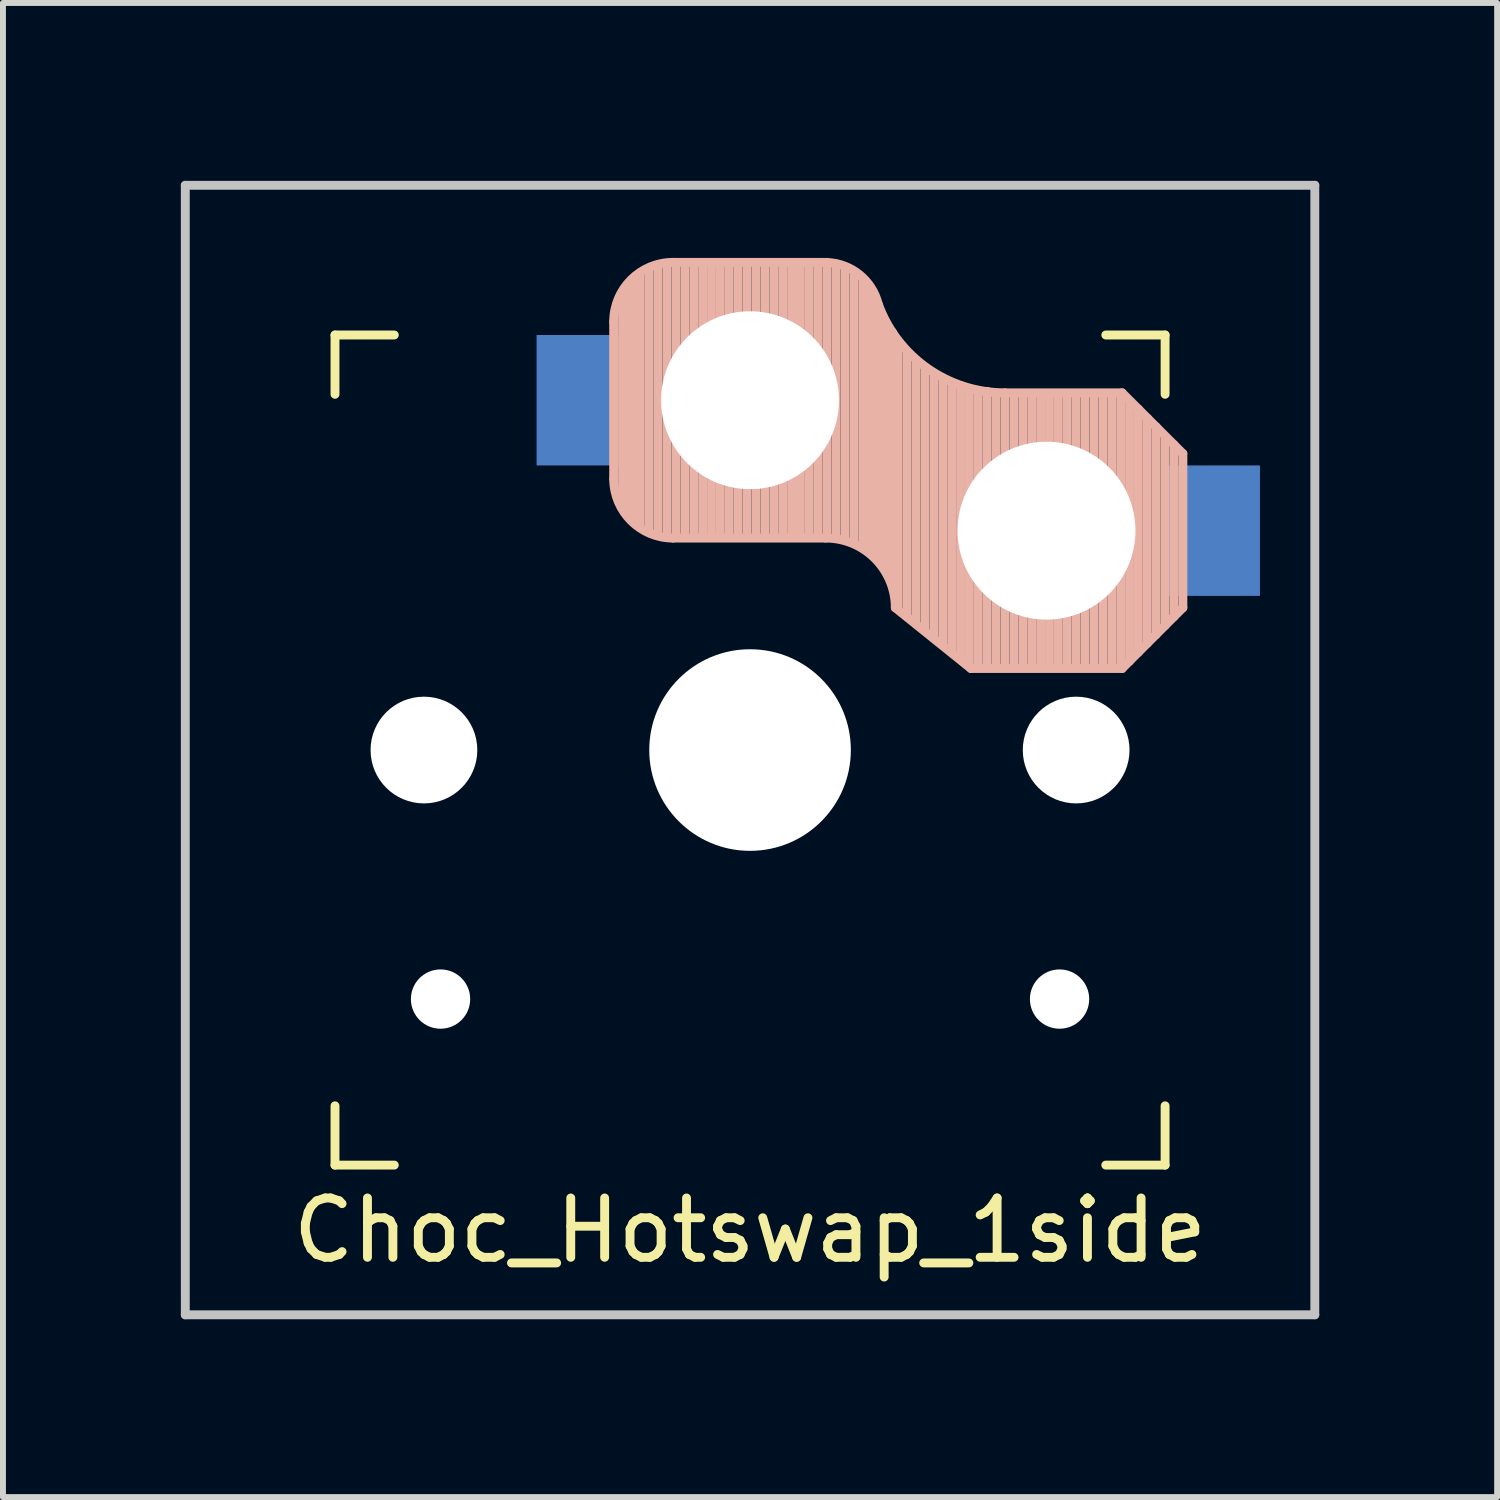
<source format=kicad_pcb>
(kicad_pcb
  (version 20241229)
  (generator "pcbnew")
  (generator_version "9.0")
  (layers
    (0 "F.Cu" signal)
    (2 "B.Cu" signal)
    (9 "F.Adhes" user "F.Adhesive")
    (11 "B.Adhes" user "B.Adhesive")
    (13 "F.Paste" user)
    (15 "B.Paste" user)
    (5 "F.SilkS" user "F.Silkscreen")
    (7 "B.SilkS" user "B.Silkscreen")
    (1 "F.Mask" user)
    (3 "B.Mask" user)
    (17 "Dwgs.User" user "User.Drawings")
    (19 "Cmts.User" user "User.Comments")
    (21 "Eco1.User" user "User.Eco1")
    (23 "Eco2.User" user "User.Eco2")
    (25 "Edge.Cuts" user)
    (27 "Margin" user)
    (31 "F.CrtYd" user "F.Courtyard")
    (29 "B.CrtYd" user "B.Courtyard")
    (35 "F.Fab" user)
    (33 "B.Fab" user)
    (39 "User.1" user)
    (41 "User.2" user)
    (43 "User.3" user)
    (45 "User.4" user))
  (footprint "Choc_Hotswap_1side"
    (layer "F.Cu")
    (at 9.6 9.6)
    (property "Reference" "Choc_Hotswap_1side" (at 0 8.1 180) (layer "F.SilkS") (effects (font (size 1 1) (thickness 0.15))))
    (attr through_hole)
    (fp_line (start -7 -7) (end -7 -6) (stroke (width 0.15) (type solid)) (layer "F.SilkS"))
    (fp_line (start -7 6) (end -7 7) (stroke (width 0.15) (type solid)) (layer "F.SilkS"))
    (fp_line (start -7 7) (end -6 7) (stroke (width 0.15) (type solid)) (layer "F.SilkS"))
    (fp_line (start -6 -7) (end -7 -7) (stroke (width 0.15) (type solid)) (layer "F.SilkS"))
    (fp_line (start 6 -7) (end 7 -7) (stroke (width 0.15) (type solid)) (layer "F.SilkS"))
    (fp_line (start 7 -7) (end 7 -6) (stroke (width 0.15) (type solid)) (layer "F.SilkS"))
    (fp_line (start 7 6) (end 7 7) (stroke (width 0.15) (type solid)) (layer "F.SilkS"))
    (fp_line (start 7 7) (end 6 7) (stroke (width 0.15) (type solid)) (layer "F.SilkS"))
    (fp_line (start -2.3 -4.575) (end -2.3 -7.225) (stroke (width 0.15) (type solid)) (layer "B.SilkS"))
    (fp_line (start -2.15 -7.65) (end -2.15 -4.1) (stroke (width 0.15) (type solid)) (layer "B.SilkS"))
    (fp_line (start -2.05 -7.8) (end -2.05 -4.05) (stroke (width 0.15) (type solid)) (layer "B.SilkS"))
    (fp_line (start -1.95 -7.9) (end -1.95 -3.95) (stroke (width 0.15) (type solid)) (layer "B.SilkS"))
    (fp_line (start -1.85 -8) (end -1.85 -3.8) (stroke (width 0.15) (type solid)) (layer "B.SilkS"))
    (fp_line (start -1.7 -8.1) (end -1.7 -3.7) (stroke (width 0.15) (type solid)) (layer "B.SilkS"))
    (fp_line (start -1.55 -8.15) (end -1.55 -3.65) (stroke (width 0.15) (type solid)) (layer "B.SilkS"))
    (fp_line (start -1.4 -8.2) (end -1.4 -3.65) (stroke (width 0.15) (type solid)) (layer "B.SilkS"))
    (fp_line (start -1.3 -8.225) (end 1.3 -8.225) (stroke (width 0.15) (type solid)) (layer "B.SilkS"))
    (fp_line (start -1.3 -3.575) (end 1.275 -3.575) (stroke (width 0.15) (type solid)) (layer "B.SilkS"))
    (fp_line (start -1.25 -8.2) (end -1.25 -3.6) (stroke (width 0.15) (type solid)) (layer "B.SilkS"))
    (fp_line (start -1.1 -8.2) (end -1.1 -3.6) (stroke (width 0.15) (type solid)) (layer "B.SilkS"))
    (fp_line (start -0.95 -8.2) (end -0.95 -3.6) (stroke (width 0.15) (type solid)) (layer "B.SilkS"))
    (fp_line (start -0.8 -8.2) (end -0.8 -3.6) (stroke (width 0.15) (type solid)) (layer "B.SilkS"))
    (fp_line (start -0.65 -8.2) (end -0.65 -3.6) (stroke (width 0.15) (type solid)) (layer "B.SilkS"))
    (fp_line (start -0.5 -8.2) (end -0.5 -3.6) (stroke (width 0.15) (type solid)) (layer "B.SilkS"))
    (fp_line (start -0.35 -8.2) (end -0.35 -3.6) (stroke (width 0.15) (type solid)) (layer "B.SilkS"))
    (fp_line (start -0.2 -8.2) (end -0.2 -3.6) (stroke (width 0.15) (type solid)) (layer "B.SilkS"))
    (fp_line (start -0.05 -8.2) (end -0.05 -3.6) (stroke (width 0.15) (type solid)) (layer "B.SilkS"))
    (fp_line (start 0.1 -8.2) (end 0.1 -3.6) (stroke (width 0.15) (type solid)) (layer "B.SilkS"))
    (fp_line (start 0.25 -8.2) (end 0.25 -3.6) (stroke (width 0.15) (type solid)) (layer "B.SilkS"))
    (fp_line (start 0.4 -8.2) (end 0.4 -3.6) (stroke (width 0.15) (type solid)) (layer "B.SilkS"))
    (fp_line (start 0.55 -8.2) (end 0.55 -3.6) (stroke (width 0.15) (type solid)) (layer "B.SilkS"))
    (fp_line (start 0.7 -8.2) (end 0.7 -3.6) (stroke (width 0.15) (type solid)) (layer "B.SilkS"))
    (fp_line (start 0.85 -8.2) (end 0.85 -3.6) (stroke (width 0.15) (type solid)) (layer "B.SilkS"))
    (fp_line (start 1 -8.2) (end 1 -3.6) (stroke (width 0.15) (type solid)) (layer "B.SilkS"))
    (fp_line (start 1.15 -8.2) (end 1.15 -3.65) (stroke (width 0.15) (type solid)) (layer "B.SilkS"))
    (fp_line (start 1.3 -8.2) (end 1.3 -3.6) (stroke (width 0.15) (type solid)) (layer "B.SilkS"))
    (fp_line (start 1.45 -8.2) (end 1.45 -3.6) (stroke (width 0.15) (type solid)) (layer "B.SilkS"))
    (fp_line (start 1.6 -8.15) (end 1.6 -3.6) (stroke (width 0.15) (type solid)) (layer "B.SilkS"))
    (fp_line (start 1.75 -8.05) (end 1.75 -3.5) (stroke (width 0.15) (type solid)) (layer "B.SilkS"))
    (fp_line (start 1.9 -7.95) (end 1.9 -3.45) (stroke (width 0.15) (type solid)) (layer "B.SilkS"))
    (fp_line (start 2 -7.8) (end 2 -3.4) (stroke (width 0.15) (type solid)) (layer "B.SilkS"))
    (fp_line (start 2.1 -7.55) (end 2.1 -3.35) (stroke (width 0.15) (type solid)) (layer "B.SilkS"))
    (fp_line (start 2.2 -7.4) (end 2.2 -3.25) (stroke (width 0.15) (type solid)) (layer "B.SilkS"))
    (fp_line (start 2.3 -7.2) (end 2.3 -3.05) (stroke (width 0.15) (type solid)) (layer "B.SilkS"))
    (fp_line (start 2.4 -7.05) (end 2.4 -2.9) (stroke (width 0.15) (type solid)) (layer "B.SilkS"))
    (fp_line (start 2.5 -6.85) (end 2.5 -2.4) (stroke (width 0.15) (type solid)) (layer "B.SilkS"))
    (fp_line (start 2.65 -6.7) (end 2.65 -2.25) (stroke (width 0.15) (type solid)) (layer "B.SilkS"))
    (fp_line (start 2.8 -6.55) (end 2.8 -2.15) (stroke (width 0.15) (type solid)) (layer "B.SilkS"))
    (fp_line (start 2.95 -6.45) (end 2.95 -2.05) (stroke (width 0.15) (type solid)) (layer "B.SilkS"))
    (fp_line (start 3.1 -6.35) (end 3.1 -1.9) (stroke (width 0.15) (type solid)) (layer "B.SilkS"))
    (fp_line (start 3.25 -6.25) (end 3.25 -1.8) (stroke (width 0.15) (type solid)) (layer "B.SilkS"))
    (fp_line (start 3.4 -6.2) (end 3.4 -1.65) (stroke (width 0.15) (type solid)) (layer "B.SilkS"))
    (fp_line (start 3.55 -6.1) (end 3.55 -1.55) (stroke (width 0.15) (type solid)) (layer "B.SilkS"))
    (fp_line (start 3.7 -6.05) (end 3.7 -1.45) (stroke (width 0.15) (type solid)) (layer "B.SilkS"))
    (fp_line (start 3.725 -1.375) (end 2.45 -2.4) (stroke (width 0.15) (type solid)) (layer "B.SilkS"))
    (fp_line (start 3.725 -1.375) (end 6.275 -1.375) (stroke (width 0.15) (type solid)) (layer "B.SilkS"))
    (fp_line (start 3.85 -6.05) (end 3.85 -1.4) (stroke (width 0.15) (type solid)) (layer "B.SilkS"))
    (fp_line (start 4 -6.05) (end 4 -1.4) (stroke (width 0.15) (type solid)) (layer "B.SilkS"))
    (fp_line (start 4.15 -6) (end 4.15 -1.45) (stroke (width 0.15) (type solid)) (layer "B.SilkS"))
    (fp_line (start 4.3 -6.025) (end 6.275 -6.025) (stroke (width 0.15) (type solid)) (layer "B.SilkS"))
    (fp_line (start 4.3 -6) (end 4.3 -1.4) (stroke (width 0.15) (type solid)) (layer "B.SilkS"))
    (fp_line (start 4.45 -6) (end 4.45 -1.4) (stroke (width 0.15) (type solid)) (layer "B.SilkS"))
    (fp_line (start 4.6 -6) (end 4.6 -1.4) (stroke (width 0.15) (type solid)) (layer "B.SilkS"))
    (fp_line (start 4.75 -6) (end 4.75 -1.4) (stroke (width 0.15) (type solid)) (layer "B.SilkS"))
    (fp_line (start 4.9 -6) (end 4.9 -1.4) (stroke (width 0.15) (type solid)) (layer "B.SilkS"))
    (fp_line (start 5.05 -6) (end 5.05 -1.4) (stroke (width 0.15) (type solid)) (layer "B.SilkS"))
    (fp_line (start 5.2 -6) (end 5.2 -1.4) (stroke (width 0.15) (type solid)) (layer "B.SilkS"))
    (fp_line (start 5.35 -6) (end 5.35 -1.4) (stroke (width 0.15) (type solid)) (layer "B.SilkS"))
    (fp_line (start 5.5 -6) (end 5.5 -1.4) (stroke (width 0.15) (type solid)) (layer "B.SilkS"))
    (fp_line (start 5.65 -6) (end 5.65 -1.4) (stroke (width 0.15) (type solid)) (layer "B.SilkS"))
    (fp_line (start 5.8 -6) (end 5.8 -1.4) (stroke (width 0.15) (type solid)) (layer "B.SilkS"))
    (fp_line (start 5.95 -6) (end 5.95 -1.4) (stroke (width 0.15) (type solid)) (layer "B.SilkS"))
    (fp_line (start 6.1 -6) (end 6.1 -1.4) (stroke (width 0.15) (type solid)) (layer "B.SilkS"))
    (fp_line (start 6.25 -6) (end 6.25 -1.4) (stroke (width 0.15) (type solid)) (layer "B.SilkS"))
    (fp_line (start 6.4 -5.85) (end 6.4 -1.5) (stroke (width 0.15) (type solid)) (layer "B.SilkS"))
    (fp_line (start 6.55 -5.75) (end 6.55 -1.65) (stroke (width 0.15) (type solid)) (layer "B.SilkS"))
    (fp_line (start 6.7 -5.6) (end 6.7 -1.8) (stroke (width 0.15) (type solid)) (layer "B.SilkS"))
    (fp_line (start 6.85 -5.45) (end 6.85 -1.95) (stroke (width 0.15) (type solid)) (layer "B.SilkS"))
    (fp_line (start 7 -5.25) (end 7 -2.1) (stroke (width 0.15) (type solid)) (layer "B.SilkS"))
    (fp_line (start 7.15 -5.15) (end 7.15 -2.25) (stroke (width 0.15) (type solid)) (layer "B.SilkS"))
    (fp_line (start 7.3 -5) (end 6.275 -6.025) (stroke (width 0.15) (type solid)) (layer "B.SilkS"))
    (fp_line (start 7.3 -2.4) (end 6.275 -1.375) (stroke (width 0.15) (type solid)) (layer "B.SilkS"))
    (fp_line (start 7.3 -2.4) (end 7.3 -5) (stroke (width 0.15) (type solid)) (layer "B.SilkS"))
    (fp_arc (start -2.3 -7.225) (mid -2.007107 -7.932107) (end -1.3 -8.225) (stroke (width 0.15) (type solid)) (layer "B.SilkS"))
    (fp_arc (start -1.3 -3.575) (mid -2.007107 -3.867893) (end -2.3 -4.575) (stroke (width 0.15) (type solid)) (layer "B.SilkS"))
    (fp_arc (start 1.275 -3.575) (mid 2.10585 -3.23085) (end 2.45 -2.4) (stroke (width 0.15) (type solid)) (layer "B.SilkS"))
    (fp_arc (start 1.300995 -8.223791) (mid 1.848284 -8.016021) (end 2.162199 -7.521904) (stroke (width 0.15) (type solid)) (layer "B.SilkS"))
    (fp_arc (start 4.3 -6.025) (mid 2.995114 -6.436429) (end 2.162199 -7.521904) (stroke (width 0.15) (type solid)) (layer "B.SilkS"))
    (fp_line (start -9.525 -9.525) (end 9.525 -9.525) (stroke (width 0.15) (type solid)) (layer "Dwgs.User"))
    (fp_line (start -9.525 9.525) (end -9.525 -9.525) (stroke (width 0.15) (type solid)) (layer "Dwgs.User"))
    (fp_line (start 9.525 -9.525) (end 9.525 9.525) (stroke (width 0.15) (type solid)) (layer "Dwgs.User"))
    (fp_line (start 9.525 9.525) (end -9.525 9.525) (stroke (width 0.15) (type solid)) (layer "Dwgs.User"))
    (pad "" np_thru_hole circle (at -5.5 0 270) (size 1.8 1.8) (drill 1.8) (layers "*.Cu" "*.Mask"))
    (pad "" np_thru_hole circle (at -5.22 4.2) (size 1 1) (drill 1) (layers "*.Cu" "*.Mask"))
    (pad "" np_thru_hole circle (at 0 -5.9 270) (size 3 3) (drill 3) (layers "*.Cu" "*.Mask"))
    (pad "" np_thru_hole circle (at 0 0 270) (size 3.4 3.4) (drill 3.4) (layers "*.Cu" "*.Mask"))
    (pad "" np_thru_hole circle (at 5 -3.7 270) (size 3 3) (drill 3) (layers "*.Cu" "*.Mask"))
    (pad "" np_thru_hole circle (at 5.22 4.2) (size 1 1) (drill 1) (layers "*.Cu" "*.Mask"))
    (pad "" np_thru_hole circle (at 5.5 0 270) (size 1.8 1.8) (drill 1.8) (layers "*.Cu" "*.Mask"))
    (pad "1" smd rect (at 7.8 -3.7) (size 1.6 2.2) (layers "B.Cu" "B.Mask" "B.Paste"))
    (pad "2" smd rect (at -2.8 -5.9) (size 1.6 2.2) (layers "B.Cu" "B.Mask" "B.Paste")))
  (gr_rect
    (start -3 -3)
    (end 22.2 22.2)
    (stroke (width 0.1) (type default))
    (fill no)
    (layer "Edge.Cuts")))
</source>
